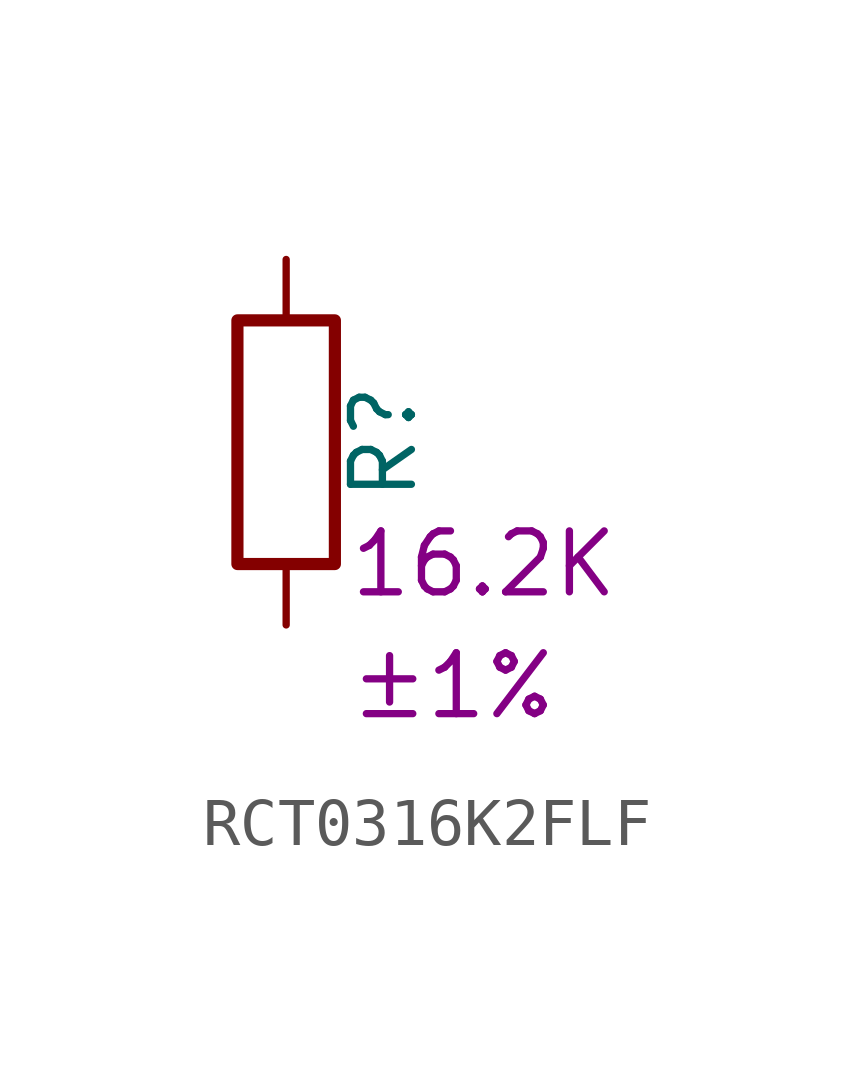
<source format=kicad_sym>
(kicad_symbol_lib
  (version 20220914)
  (generator kicad_symbol_editor)
  (symbol "RCT0316K2FLF"
    (pin_numbers hide)
    (pin_names
      (offset 0))
    (property "Reference" "R"
      (at 2.032 0 90)
      (effects (font (size 1.27 1.27))))
    (property "Resistance" "16.2K"
      (at 1.27 -2.54 0)
      (effects (font (size 1.27 1.27)) (justify left)))
    (property "Tolerance" "±1%"
      (at 1.27 -5.08 0)
      (effects (font (size 1.27 1.27)) (justify left)))
    (symbol "RCT0316K2FLF_0_1"
      (rectangle (start -1.016 -2.54) (end 1.016 2.54) (stroke (width 0.254) (type default)) (fill (type none))))
    (symbol "RCT0316K2FLF_1_1"
      (pin passive line (at 0 3.81 270) (length 1.27) (name "~" (effects (font (size 1.27 1.27)))) (number "1" (effects (font (size 1.27 1.27)))))
      (pin passive line (at 0 -3.81 90) (length 1.27) (name "~" (effects (font (size 1.27 1.27)))) (number "2" (effects (font (size 1.27 1.27))))))))
</source>
